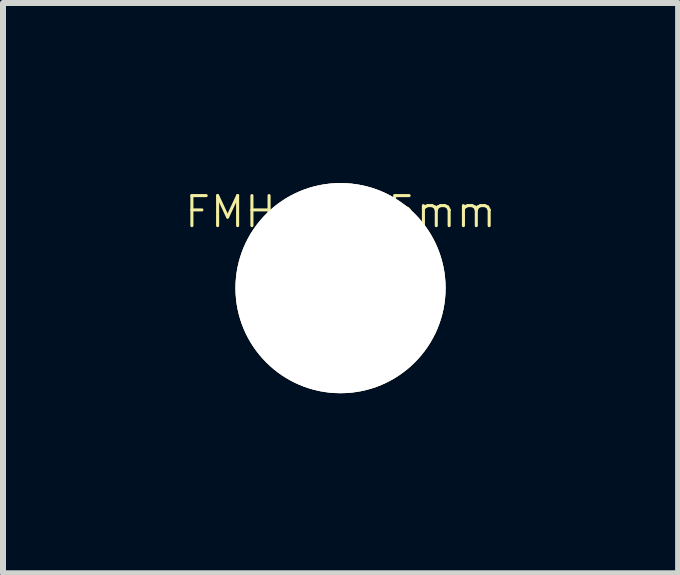
<source format=kicad_pcb>
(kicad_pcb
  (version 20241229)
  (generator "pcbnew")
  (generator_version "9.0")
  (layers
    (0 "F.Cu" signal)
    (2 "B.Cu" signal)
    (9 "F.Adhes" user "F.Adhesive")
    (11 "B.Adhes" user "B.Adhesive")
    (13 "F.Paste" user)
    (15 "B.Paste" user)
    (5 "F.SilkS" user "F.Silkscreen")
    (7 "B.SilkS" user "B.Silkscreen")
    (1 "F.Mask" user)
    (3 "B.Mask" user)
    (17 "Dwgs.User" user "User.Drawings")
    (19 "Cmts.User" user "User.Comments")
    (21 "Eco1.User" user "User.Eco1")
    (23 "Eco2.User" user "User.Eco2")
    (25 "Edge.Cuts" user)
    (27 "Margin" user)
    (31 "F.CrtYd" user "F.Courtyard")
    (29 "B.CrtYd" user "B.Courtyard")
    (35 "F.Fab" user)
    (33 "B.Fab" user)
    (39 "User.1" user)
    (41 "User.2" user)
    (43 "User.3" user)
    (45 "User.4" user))
  (footprint "FMHole3.5mm"
    (layer "F.Cu")
    (at 2.623 1.75)
    (property "Reference" "FMHole3.5mm" (at 0 -1.27 0) (layer "F.SilkS") (effects (font (size 0.5 0.5) (thickness 0.051))))
    (attr through_hole)
    (pad "" thru_hole circle (at 0 0) (size 3.5 3.5) (drill 3.5) (layers "*.Cu" "*.Mask" "F.SilkS")))
  (gr_rect
    (start -3 -3)
    (end 8.247 6.5)
    (stroke (width 0.1) (type default))
    (fill no)
    (layer "Edge.Cuts")))
</source>
